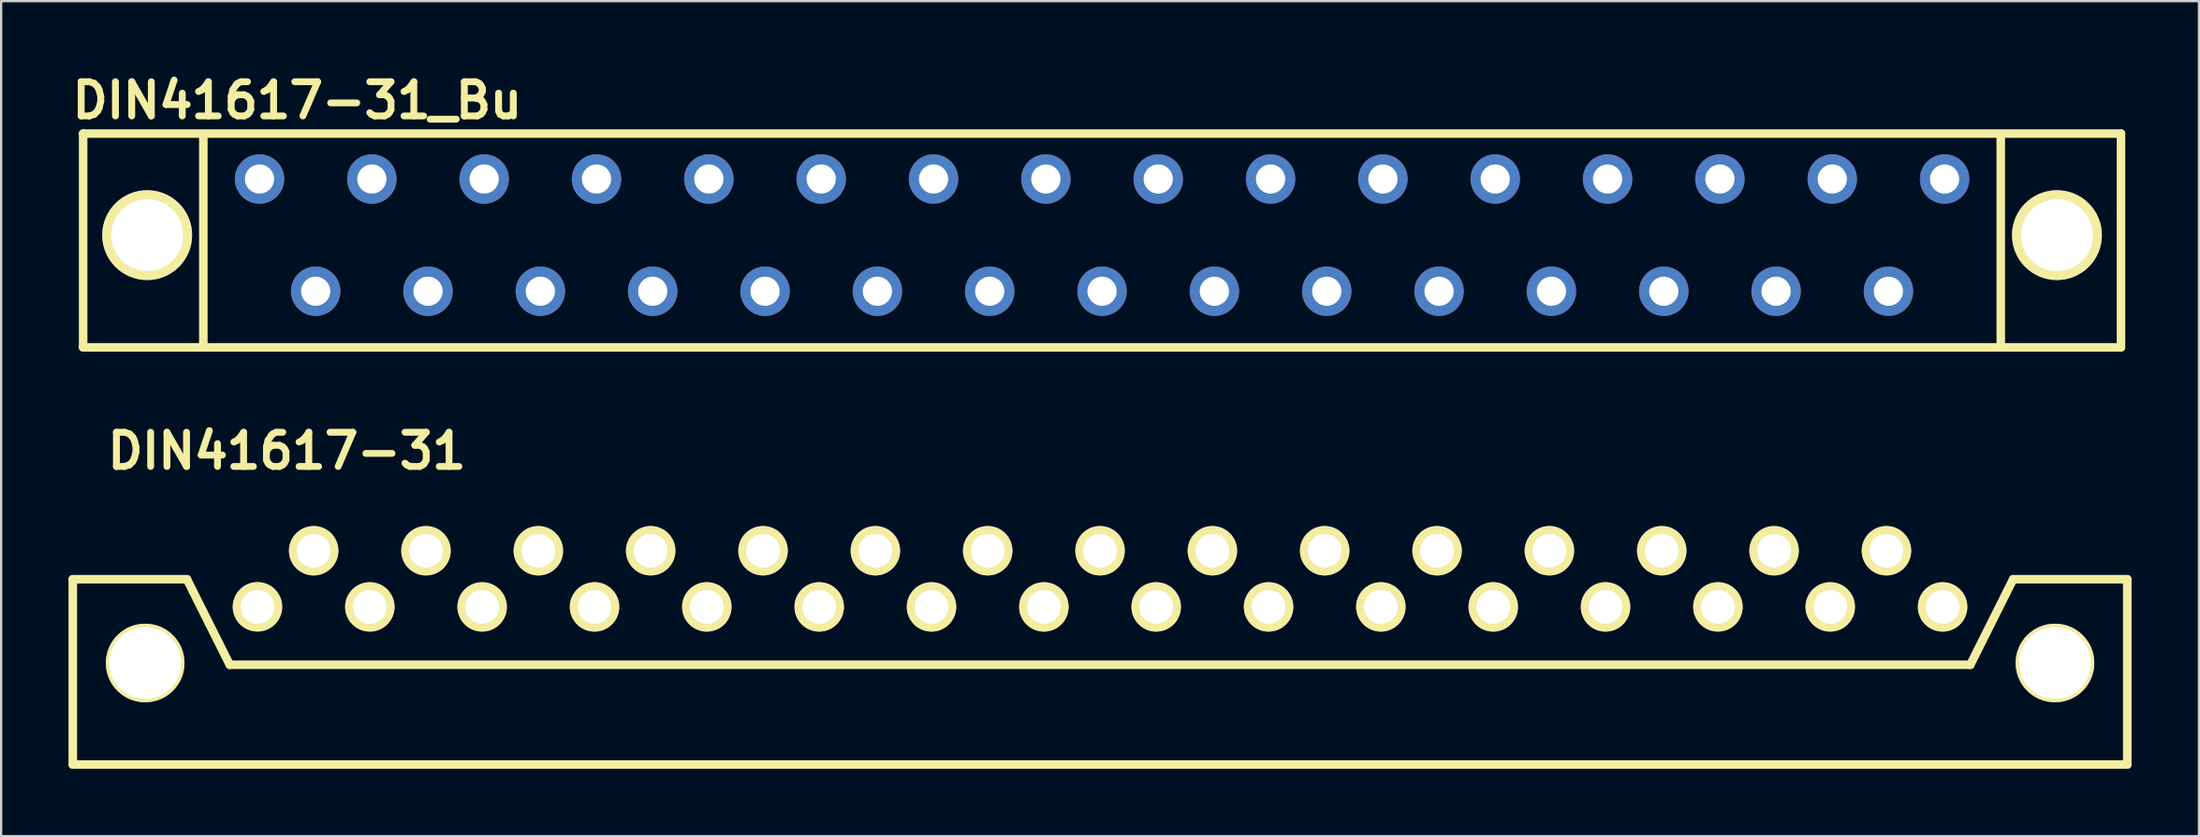
<source format=kicad_pcb>
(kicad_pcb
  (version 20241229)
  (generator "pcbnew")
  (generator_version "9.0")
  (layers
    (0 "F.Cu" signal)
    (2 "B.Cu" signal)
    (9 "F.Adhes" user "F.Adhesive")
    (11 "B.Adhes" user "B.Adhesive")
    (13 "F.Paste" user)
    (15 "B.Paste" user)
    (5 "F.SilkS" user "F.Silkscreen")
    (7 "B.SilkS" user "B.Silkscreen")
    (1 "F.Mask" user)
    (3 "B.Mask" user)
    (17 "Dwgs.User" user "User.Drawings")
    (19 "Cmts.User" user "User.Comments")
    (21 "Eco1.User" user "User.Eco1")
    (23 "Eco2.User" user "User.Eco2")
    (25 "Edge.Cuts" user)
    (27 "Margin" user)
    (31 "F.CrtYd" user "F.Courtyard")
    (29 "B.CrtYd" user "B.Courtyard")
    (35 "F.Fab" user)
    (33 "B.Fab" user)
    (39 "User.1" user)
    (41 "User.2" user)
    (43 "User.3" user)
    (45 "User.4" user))
  (footprint "DIN41617-31"
    (layer "F.Cu")
    (at 45.91 21.488)
    (property "Reference" "DIN41617-31" (at -36.195 -4.445 0) (layer "F.SilkS") (effects (font (size 1.524 1.524) (thickness 0.305))))
    (attr through_hole)
    (fp_line (start -45.72 1.27) (end -45.72 9.525) (stroke (width 0.381) (type solid)) (layer "F.SilkS"))
    (fp_line (start -45.72 9.525) (end 45.72 9.525) (stroke (width 0.381) (type solid)) (layer "F.SilkS"))
    (fp_line (start -40.64 1.27) (end -45.72 1.27) (stroke (width 0.381) (type solid)) (layer "F.SilkS"))
    (fp_line (start -38.735 5.08) (end -40.64 1.27) (stroke (width 0.381) (type solid)) (layer "F.SilkS"))
    (fp_line (start 38.735 5.08) (end -38.735 5.08) (stroke (width 0.381) (type solid)) (layer "F.SilkS"))
    (fp_line (start 40.64 1.27) (end 38.735 5.08) (stroke (width 0.381) (type solid)) (layer "F.SilkS"))
    (fp_line (start 45.72 1.27) (end 40.64 1.27) (stroke (width 0.381) (type solid)) (layer "F.SilkS"))
    (fp_line (start 45.72 9.525) (end 45.72 1.27) (stroke (width 0.381) (type solid)) (layer "F.SilkS"))
    (pad "1" thru_hole circle (at 37.501 2.502) (size 2.2 2.2) (drill 1.501) (layers "*.Cu" "*.Mask" "F.SilkS"))
    (pad "2" thru_hole circle (at 35.001 0) (size 2.2 2.2) (drill 1.501) (layers "*.Cu" "*.Mask" "F.SilkS"))
    (pad "3" thru_hole circle (at 32.499 2.502) (size 2.2 2.2) (drill 1.501) (layers "*.Cu" "*.Mask" "F.SilkS"))
    (pad "4" thru_hole circle (at 30 0) (size 2.2 2.2) (drill 1.501) (layers "*.Cu" "*.Mask" "F.SilkS"))
    (pad "5" thru_hole circle (at 27.501 2.502) (size 2.2 2.2) (drill 1.501) (layers "*.Cu" "*.Mask" "F.SilkS"))
    (pad "6" thru_hole circle (at 25.001 0) (size 2.2 2.2) (drill 1.501) (layers "*.Cu" "*.Mask" "F.SilkS"))
    (pad "7" thru_hole circle (at 22.499 2.502) (size 2.2 2.2) (drill 1.501) (layers "*.Cu" "*.Mask" "F.SilkS"))
    (pad "8" thru_hole circle (at 20 0) (size 2.2 2.2) (drill 1.501) (layers "*.Cu" "*.Mask" "F.SilkS"))
    (pad "9" thru_hole circle (at 17.501 2.502) (size 2.2 2.2) (drill 1.501) (layers "*.Cu" "*.Mask" "F.SilkS"))
    (pad "10" thru_hole circle (at 15.001 0) (size 2.2 2.2) (drill 1.501) (layers "*.Cu" "*.Mask" "F.SilkS"))
    (pad "11" thru_hole circle (at 12.499 2.502) (size 2.2 2.2) (drill 1.501) (layers "*.Cu" "*.Mask" "F.SilkS"))
    (pad "12" thru_hole circle (at 10 0) (size 2.2 2.2) (drill 1.501) (layers "*.Cu" "*.Mask" "F.SilkS"))
    (pad "13" thru_hole circle (at 7.501 2.502) (size 2.2 2.2) (drill 1.501) (layers "*.Cu" "*.Mask" "F.SilkS"))
    (pad "14" thru_hole circle (at 5.001 0) (size 2.2 2.2) (drill 1.501) (layers "*.Cu" "*.Mask" "F.SilkS"))
    (pad "15" thru_hole circle (at 2.499 2.502) (size 2.2 2.2) (drill 1.501) (layers "*.Cu" "*.Mask" "F.SilkS"))
    (pad "16" thru_hole circle (at 0 0) (size 2.2 2.2) (drill 1.501) (layers "*.Cu" "*.Mask" "F.SilkS"))
    (pad "17" thru_hole circle (at -2.499 2.502) (size 2.2 2.2) (drill 1.501) (layers "*.Cu" "*.Mask" "F.SilkS"))
    (pad "18" thru_hole circle (at -4.999 0) (size 2.2 2.2) (drill 1.501) (layers "*.Cu" "*.Mask" "F.SilkS"))
    (pad "19" thru_hole circle (at -7.501 2.502) (size 2.2 2.2) (drill 1.501) (layers "*.Cu" "*.Mask" "F.SilkS"))
    (pad "20" thru_hole circle (at -10 0) (size 2.2 2.2) (drill 1.501) (layers "*.Cu" "*.Mask" "F.SilkS"))
    (pad "21" thru_hole circle (at -12.499 2.502) (size 2.2 2.2) (drill 1.501) (layers "*.Cu" "*.Mask" "F.SilkS"))
    (pad "22" thru_hole circle (at -14.999 0) (size 2.2 2.2) (drill 1.501) (layers "*.Cu" "*.Mask" "F.SilkS"))
    (pad "23" thru_hole circle (at -17.501 2.502) (size 2.2 2.2) (drill 1.501) (layers "*.Cu" "*.Mask" "F.SilkS"))
    (pad "24" thru_hole circle (at -20 0) (size 2.2 2.2) (drill 1.501) (layers "*.Cu" "*.Mask" "F.SilkS"))
    (pad "25" thru_hole circle (at -22.499 2.502) (size 2.2 2.2) (drill 1.501) (layers "*.Cu" "*.Mask" "F.SilkS"))
    (pad "26" thru_hole circle (at -24.999 0) (size 2.2 2.2) (drill 1.501) (layers "*.Cu" "*.Mask" "F.SilkS"))
    (pad "27" thru_hole circle (at -27.501 2.502) (size 2.2 2.2) (drill 1.501) (layers "*.Cu" "*.Mask" "F.SilkS"))
    (pad "28" thru_hole circle (at -30 0) (size 2.2 2.2) (drill 1.501) (layers "*.Cu" "*.Mask" "F.SilkS"))
    (pad "29" thru_hole circle (at -32.499 2.502) (size 2.2 2.2) (drill 1.501) (layers "*.Cu" "*.Mask" "F.SilkS"))
    (pad "30" thru_hole circle (at -34.999 0) (size 2.2 2.2) (drill 1.501) (layers "*.Cu" "*.Mask" "F.SilkS"))
    (pad "31" thru_hole circle (at -37.501 2.499) (size 2.2 2.2) (drill 1.501) (layers "*.Cu" "*.Mask" "F.SilkS"))
    (pad "H1" thru_hole circle (at -42.499 5.001) (size 3.5 3.5) (drill 3.2) (layers "*.Cu" "*.Mask" "F.SilkS"))
    (pad "H2" thru_hole circle (at 42.502 5.001) (size 3.5 3.5) (drill 3.2) (layers "*.Cu" "*.Mask" "F.SilkS")))
  (footprint "DIN41617-31_Bu"
    (layer "F.Cu")
    (at 46 7.426)
    (property "Reference" "DIN41617-31_Bu" (at -46 -6 0) (layer "F.SilkS") (effects (font (size 1.524 1.524) (thickness 0.305)) (justify left)))
    (attr through_hole)
    (fp_line (start -45.35 -4.525) (end -45.35 5) (stroke (width 0.381) (type solid)) (layer "F.SilkS"))
    (fp_line (start -45.35 -4.525) (end 45.35 -4.525) (stroke (width 0.381) (type solid)) (layer "F.SilkS"))
    (fp_line (start -45.35 5) (end 45.35 5) (stroke (width 0.381) (type solid)) (layer "F.SilkS"))
    (fp_line (start -40 -4.5) (end -40 5) (stroke (width 0.381) (type solid)) (layer "F.SilkS"))
    (fp_line (start 40 -4.5) (end 40 5) (stroke (width 0.381) (type solid)) (layer "F.SilkS"))
    (fp_line (start 45.35 5) (end 45.35 -4.525) (stroke (width 0.381) (type solid)) (layer "F.SilkS"))
    (pad "1" thru_hole circle (at -37.5 -2.5) (size 2.2 2.2) (drill 1.3) (layers "*.Cu" "*.Mask"))
    (pad "2" thru_hole circle (at -35 2.5) (size 2.2 2.2) (drill 1.3) (layers "*.Cu" "*.Mask"))
    (pad "3" thru_hole circle (at -32.5 -2.5) (size 2.2 2.2) (drill 1.3) (layers "*.Cu" "*.Mask"))
    (pad "4" thru_hole circle (at -30 2.5) (size 2.2 2.2) (drill 1.3) (layers "*.Cu" "*.Mask"))
    (pad "5" thru_hole circle (at -27.5 -2.5) (size 2.2 2.2) (drill 1.3) (layers "*.Cu" "*.Mask"))
    (pad "6" thru_hole circle (at -25 2.5) (size 2.2 2.2) (drill 1.3) (layers "*.Cu" "*.Mask"))
    (pad "7" thru_hole circle (at -22.5 -2.5) (size 2.2 2.2) (drill 1.3) (layers "*.Cu" "*.Mask"))
    (pad "8" thru_hole circle (at -20 2.5) (size 2.2 2.2) (drill 1.3) (layers "*.Cu" "*.Mask"))
    (pad "9" thru_hole circle (at -17.5 -2.5) (size 2.2 2.2) (drill 1.3) (layers "*.Cu" "*.Mask"))
    (pad "10" thru_hole circle (at -15 2.5) (size 2.2 2.2) (drill 1.3) (layers "*.Cu" "*.Mask"))
    (pad "11" thru_hole circle (at -12.5 -2.5) (size 2.2 2.2) (drill 1.3) (layers "*.Cu" "*.Mask"))
    (pad "12" thru_hole circle (at -10 2.5) (size 2.2 2.2) (drill 1.3) (layers "*.Cu" "*.Mask"))
    (pad "13" thru_hole circle (at -7.5 -2.5) (size 2.2 2.2) (drill 1.3) (layers "*.Cu" "*.Mask"))
    (pad "14" thru_hole circle (at -5 2.5) (size 2.2 2.2) (drill 1.3) (layers "*.Cu" "*.Mask"))
    (pad "15" thru_hole circle (at -2.5 -2.5) (size 2.2 2.2) (drill 1.3) (layers "*.Cu" "*.Mask"))
    (pad "16" thru_hole circle (at 0 2.5) (size 2.2 2.2) (drill 1.3) (layers "*.Cu" "*.Mask"))
    (pad "17" thru_hole circle (at 2.5 -2.5) (size 2.2 2.2) (drill 1.3) (layers "*.Cu" "*.Mask"))
    (pad "18" thru_hole circle (at 5 2.5) (size 2.2 2.2) (drill 1.3) (layers "*.Cu" "*.Mask"))
    (pad "19" thru_hole circle (at 7.5 -2.5) (size 2.2 2.2) (drill 1.3) (layers "*.Cu" "*.Mask"))
    (pad "20" thru_hole circle (at 10 2.5) (size 2.2 2.2) (drill 1.3) (layers "*.Cu" "*.Mask"))
    (pad "21" thru_hole circle (at 12.5 -2.5) (size 2.2 2.2) (drill 1.3) (layers "*.Cu" "*.Mask"))
    (pad "22" thru_hole circle (at 15 2.5) (size 2.2 2.2) (drill 1.3) (layers "*.Cu" "*.Mask"))
    (pad "23" thru_hole circle (at 17.5 -2.5) (size 2.2 2.2) (drill 1.3) (layers "*.Cu" "*.Mask"))
    (pad "24" thru_hole circle (at 20 2.5) (size 2.2 2.2) (drill 1.3) (layers "*.Cu" "*.Mask"))
    (pad "25" thru_hole circle (at 22.5 -2.5) (size 2.2 2.2) (drill 1.3) (layers "*.Cu" "*.Mask"))
    (pad "26" thru_hole circle (at 25.001 2.5) (size 2.2 2.2) (drill 1.3) (layers "*.Cu" "*.Mask"))
    (pad "27" thru_hole circle (at 27.5 -2.5) (size 2.2 2.2) (drill 1.3) (layers "*.Cu" "*.Mask"))
    (pad "28" thru_hole circle (at 30 2.5) (size 2.2 2.2) (drill 1.3) (layers "*.Cu" "*.Mask"))
    (pad "29" thru_hole circle (at 32.5 -2.5) (size 2.2 2.2) (drill 1.3) (layers "*.Cu" "*.Mask"))
    (pad "30" thru_hole circle (at 35 2.5) (size 2.2 2.2) (drill 1.3) (layers "*.Cu" "*.Mask"))
    (pad "31" thru_hole circle (at 37.5 -2.5) (size 2.2 2.2) (drill 1.3) (layers "*.Cu" "*.Mask"))
    (pad "H1" thru_hole circle (at -42.5 0) (size 4 4) (drill 3.2) (layers "*.Cu" "*.Mask" "F.SilkS"))
    (pad "H2" thru_hole circle (at 42.5 0) (size 4 4) (drill 3.2) (layers "*.Cu" "*.Mask" "F.SilkS")))
  (gr_rect
    (start -3 -3)
    (end 94.821 34.204)
    (stroke (width 0.1) (type default))
    (fill no)
    (layer "Edge.Cuts")))
</source>
